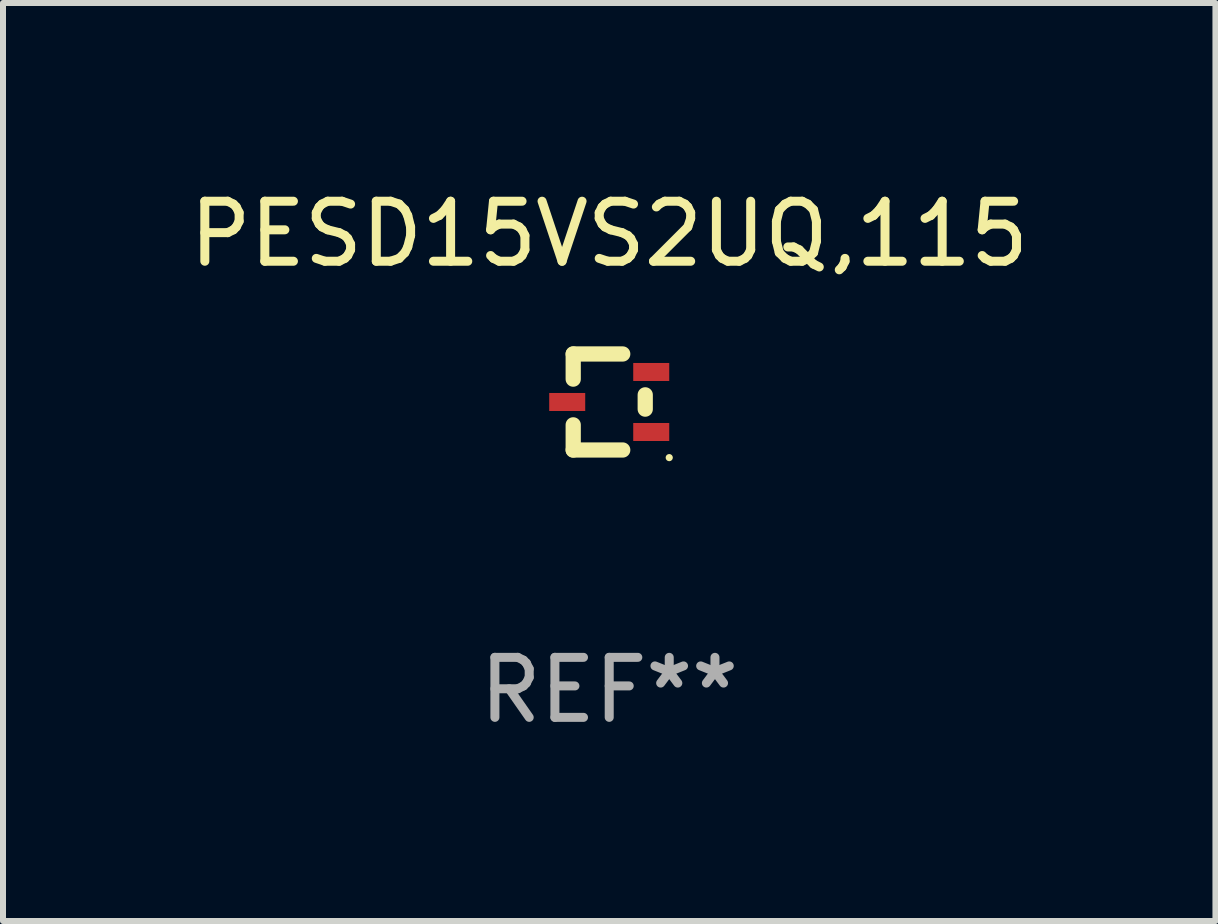
<source format=kicad_pcb>
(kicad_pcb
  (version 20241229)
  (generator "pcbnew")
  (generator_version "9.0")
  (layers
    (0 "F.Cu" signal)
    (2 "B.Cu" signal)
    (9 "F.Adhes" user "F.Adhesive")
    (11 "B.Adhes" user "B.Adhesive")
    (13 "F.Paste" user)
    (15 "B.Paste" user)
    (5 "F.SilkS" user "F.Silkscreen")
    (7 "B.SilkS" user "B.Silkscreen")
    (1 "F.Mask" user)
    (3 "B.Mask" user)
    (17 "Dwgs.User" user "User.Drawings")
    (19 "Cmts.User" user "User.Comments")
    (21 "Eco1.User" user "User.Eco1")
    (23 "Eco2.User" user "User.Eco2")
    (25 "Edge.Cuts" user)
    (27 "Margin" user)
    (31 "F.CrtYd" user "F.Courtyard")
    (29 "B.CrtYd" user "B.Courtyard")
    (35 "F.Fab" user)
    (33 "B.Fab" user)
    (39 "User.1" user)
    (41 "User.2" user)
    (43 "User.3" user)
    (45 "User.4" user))
  (footprint "PESD15VS2UQ,115"
    (layer "F.Cu")
    (at 7.101 3.648)
    (property "Reference" "PESD15VS2UQ,115" (at 0 -2.8 0) (layer "F.SilkS") (effects (font (size 1 1) (thickness 0.15))))
    (attr through_hole)
    (fp_line (start -0.6 -0.8) (end -0.6 -0.381) (stroke (width 0.254) (type solid)) (layer "F.SilkS"))
    (fp_line (start -0.6 -0.8) (end 0.225 -0.8) (stroke (width 0.254) (type solid)) (layer "F.SilkS"))
    (fp_line (start -0.6 0.381) (end -0.6 0.8) (stroke (width 0.254) (type solid)) (layer "F.SilkS"))
    (fp_line (start -0.6 0.8) (end 0.225 0.8) (stroke (width 0.254) (type solid)) (layer "F.SilkS"))
    (fp_line (start 0.6 -0.119) (end 0.6 0.119) (stroke (width 0.254) (type solid)) (layer "F.SilkS"))
    (fp_circle (center 1 0.927) (end 1.03 0.927) (stroke (width 0.06) (type solid)) (fill no) (layer "F.SilkS"))
    (fp_text user "REF**" (at 0 4.8 0) (layer "F.Fab") (effects (font (size 1 1) (thickness 0.15))))
    (pad "1" smd rect (at 0.7 0.5 180) (size 0.6 0.3) (layers "F.Cu" "F.Mask" "F.Paste"))
    (pad "2" smd rect (at 0.7 -0.5 180) (size 0.6 0.3) (layers "F.Cu" "F.Mask" "F.Paste"))
    (pad "3" smd rect (at -0.7 -0.000051 180) (size 0.6 0.3) (layers "F.Cu" "F.Mask" "F.Paste")))
  (gr_rect
    (start -3 -3)
    (end 17.202 12.296)
    (stroke (width 0.1) (type default))
    (fill no)
    (layer "Edge.Cuts")))
</source>
